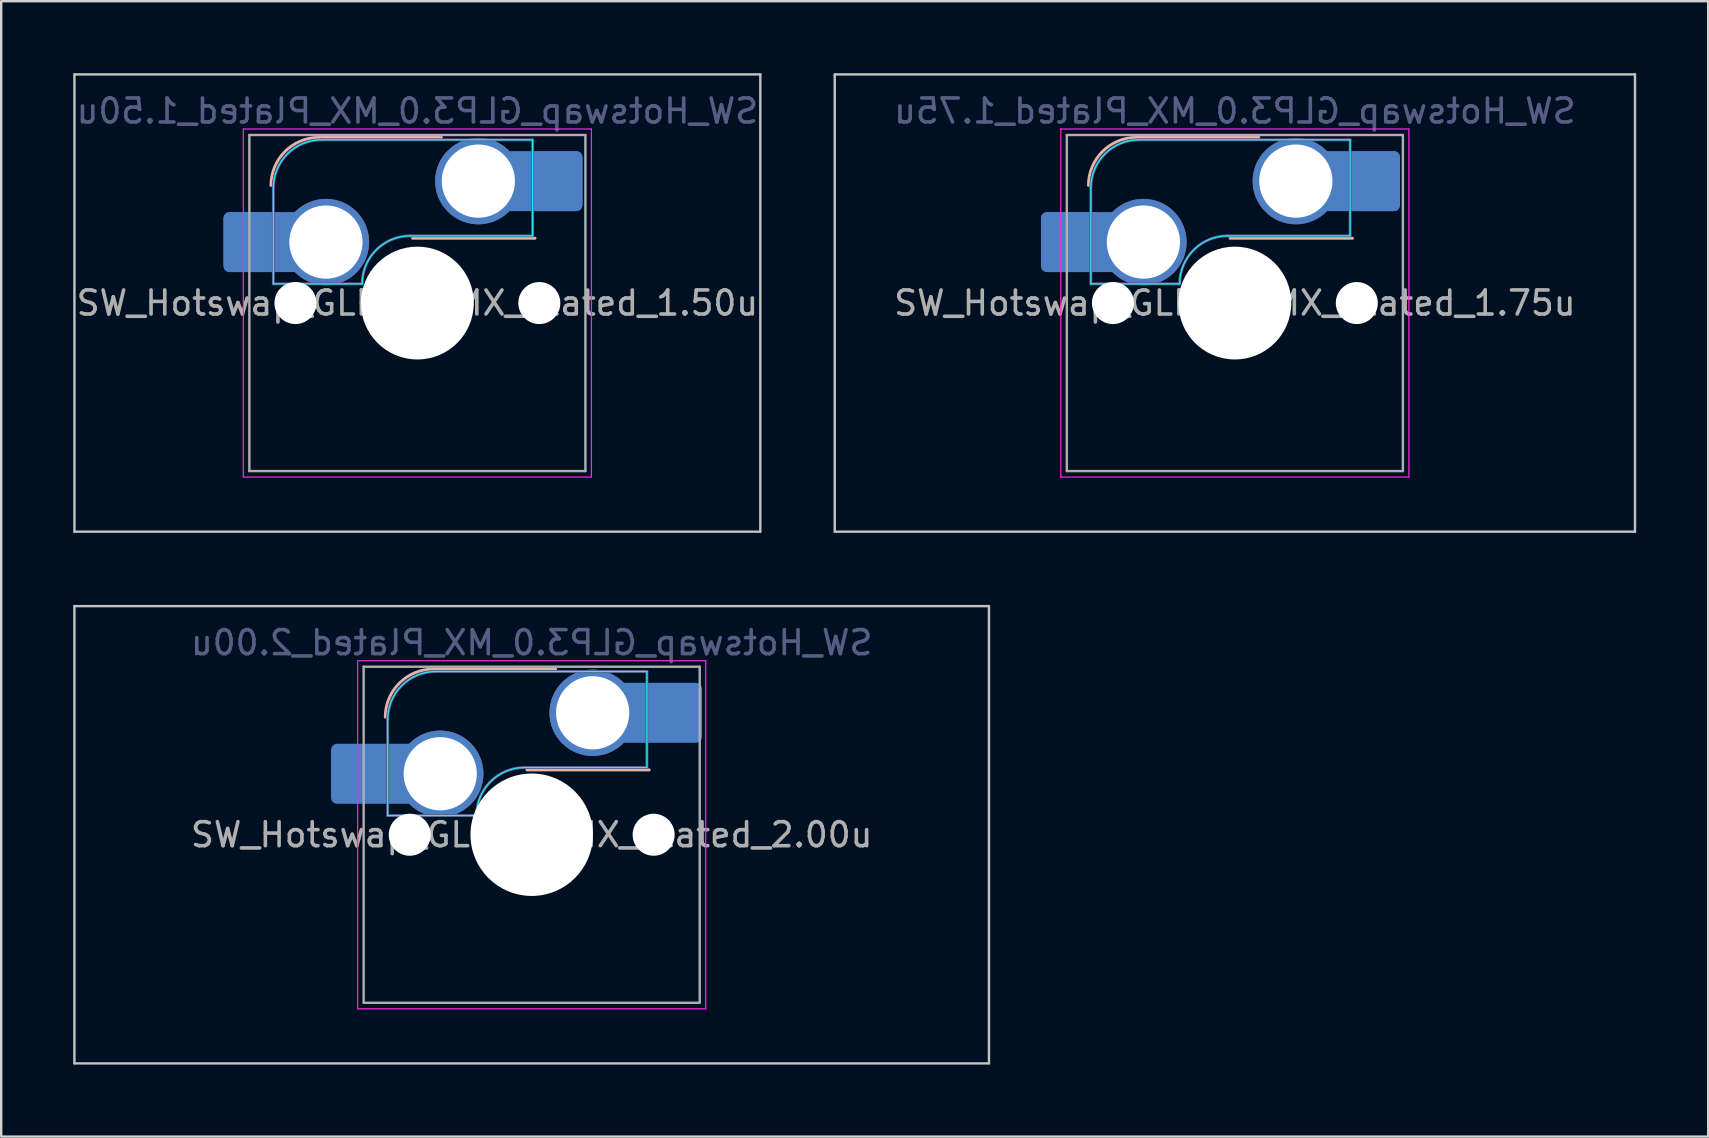
<source format=kicad_pcb>
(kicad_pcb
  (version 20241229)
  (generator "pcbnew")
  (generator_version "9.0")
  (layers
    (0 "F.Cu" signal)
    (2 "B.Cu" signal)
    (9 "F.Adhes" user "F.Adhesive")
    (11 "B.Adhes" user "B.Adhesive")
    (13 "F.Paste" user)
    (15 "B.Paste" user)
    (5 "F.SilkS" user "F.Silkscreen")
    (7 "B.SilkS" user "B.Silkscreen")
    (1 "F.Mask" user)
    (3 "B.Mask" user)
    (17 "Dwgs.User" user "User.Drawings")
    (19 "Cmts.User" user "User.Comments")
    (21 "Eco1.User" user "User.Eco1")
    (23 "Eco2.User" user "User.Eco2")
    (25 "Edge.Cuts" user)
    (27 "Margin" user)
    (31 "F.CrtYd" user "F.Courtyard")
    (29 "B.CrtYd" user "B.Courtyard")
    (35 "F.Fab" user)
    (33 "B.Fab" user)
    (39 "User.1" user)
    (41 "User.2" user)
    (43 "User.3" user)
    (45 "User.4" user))
  (footprint "SW_Hotswap_GLP3.0_MX_Plated_1.75u"
    (layer "F.Cu")
    (at 48.394 9.575)
    (property "Reference" "SW_Hotswap_GLP3.0_MX_Plated_1.75u" (at 0 -8 0) (layer "B.Fab") (effects (font (size 1 1) (thickness 0.15)) (justify mirror)))
    (attr smd)
    (fp_line (start -4.1 -6.9) (end 1 -6.9) (stroke (width 0.12) (type solid)) (layer "B.SilkS"))
    (fp_line (start -0.2 -2.7) (end 4.9 -2.7) (stroke (width 0.12) (type solid)) (layer "B.SilkS"))
    (fp_arc (start -6.1 -4.9) (mid -5.514214 -6.314214) (end -4.1 -6.9) (stroke (width 0.12) (type solid)) (layer "B.SilkS"))
    (fp_line (start -16.669 -9.525) (end -16.669 9.525) (stroke (width 0.1) (type solid)) (layer "Dwgs.User"))
    (fp_line (start -16.669 9.525) (end 16.669 9.525) (stroke (width 0.1) (type solid)) (layer "Dwgs.User"))
    (fp_line (start 16.669 -9.525) (end -16.669 -9.525) (stroke (width 0.1) (type solid)) (layer "Dwgs.User"))
    (fp_line (start 16.669 9.525) (end 16.669 -9.525) (stroke (width 0.1) (type solid)) (layer "Dwgs.User"))
    (fp_line (start -7.8 -6) (end -7 -6) (stroke (width 0.1) (type solid)) (layer "Eco1.User"))
    (fp_line (start -7.8 -2.9) (end -7.8 -6) (stroke (width 0.1) (type solid)) (layer "Eco1.User"))
    (fp_line (start -7.8 2.9) (end -7 2.9) (stroke (width 0.1) (type solid)) (layer "Eco1.User"))
    (fp_line (start -7.8 6) (end -7.8 2.9) (stroke (width 0.1) (type solid)) (layer "Eco1.User"))
    (fp_line (start -7 -7) (end 7 -7) (stroke (width 0.1) (type solid)) (layer "Eco1.User"))
    (fp_line (start -7 -6) (end -7 -7) (stroke (width 0.1) (type solid)) (layer "Eco1.User"))
    (fp_line (start -7 -2.9) (end -7.8 -2.9) (stroke (width 0.1) (type solid)) (layer "Eco1.User"))
    (fp_line (start -7 2.9) (end -7 -2.9) (stroke (width 0.1) (type solid)) (layer "Eco1.User"))
    (fp_line (start -7 6) (end -7.8 6) (stroke (width 0.1) (type solid)) (layer "Eco1.User"))
    (fp_line (start -7 7) (end -7 6) (stroke (width 0.1) (type solid)) (layer "Eco1.User"))
    (fp_line (start 7 -7) (end 7 -6) (stroke (width 0.1) (type solid)) (layer "Eco1.User"))
    (fp_line (start 7 -6) (end 7.8 -6) (stroke (width 0.1) (type solid)) (layer "Eco1.User"))
    (fp_line (start 7 -2.9) (end 7 2.9) (stroke (width 0.1) (type solid)) (layer "Eco1.User"))
    (fp_line (start 7 2.9) (end 7.8 2.9) (stroke (width 0.1) (type solid)) (layer "Eco1.User"))
    (fp_line (start 7 6) (end 7 7) (stroke (width 0.1) (type solid)) (layer "Eco1.User"))
    (fp_line (start 7 7) (end -7 7) (stroke (width 0.1) (type solid)) (layer "Eco1.User"))
    (fp_line (start 7.8 -6) (end 7.8 -2.9) (stroke (width 0.1) (type solid)) (layer "Eco1.User"))
    (fp_line (start 7.8 -2.9) (end 7 -2.9) (stroke (width 0.1) (type solid)) (layer "Eco1.User"))
    (fp_line (start 7.8 2.9) (end 7.8 6) (stroke (width 0.1) (type solid)) (layer "Eco1.User"))
    (fp_line (start 7.8 6) (end 7 6) (stroke (width 0.1) (type solid)) (layer "Eco1.User"))
    (fp_line (start -6 -0.8) (end -6 -4.8) (stroke (width 0.05) (type solid)) (layer "B.CrtYd"))
    (fp_line (start -6 -0.8) (end -2.3 -0.8) (stroke (width 0.05) (type solid)) (layer "B.CrtYd"))
    (fp_line (start -4 -6.8) (end 4.8 -6.8) (stroke (width 0.05) (type solid)) (layer "B.CrtYd"))
    (fp_line (start -0.3 -2.8) (end 4.8 -2.8) (stroke (width 0.05) (type solid)) (layer "B.CrtYd"))
    (fp_line (start 4.8 -6.8) (end 4.8 -2.8) (stroke (width 0.05) (type solid)) (layer "B.CrtYd"))
    (fp_arc (start -6 -4.8) (mid -5.414214 -6.214214) (end -4 -6.8) (stroke (width 0.05) (type solid)) (layer "B.CrtYd"))
    (fp_arc (start -2.3 -0.8) (mid -1.714214 -2.214214) (end -0.3 -2.8) (stroke (width 0.05) (type solid)) (layer "B.CrtYd"))
    (fp_line (start -7.25 -7.25) (end -7.25 7.25) (stroke (width 0.05) (type solid)) (layer "F.CrtYd"))
    (fp_line (start -7.25 7.25) (end 7.25 7.25) (stroke (width 0.05) (type solid)) (layer "F.CrtYd"))
    (fp_line (start 7.25 -7.25) (end -7.25 -7.25) (stroke (width 0.05) (type solid)) (layer "F.CrtYd"))
    (fp_line (start 7.25 7.25) (end 7.25 -7.25) (stroke (width 0.05) (type solid)) (layer "F.CrtYd"))
    (fp_line (start -6 -0.8) (end -6 -4.8) (stroke (width 0.12) (type solid)) (layer "B.Fab"))
    (fp_line (start -6 -0.8) (end -2.3 -0.8) (stroke (width 0.12) (type solid)) (layer "B.Fab"))
    (fp_line (start -4 -6.8) (end 4.8 -6.8) (stroke (width 0.12) (type solid)) (layer "B.Fab"))
    (fp_line (start -0.3 -2.8) (end 4.8 -2.8) (stroke (width 0.12) (type solid)) (layer "B.Fab"))
    (fp_line (start 4.8 -6.8) (end 4.8 -2.8) (stroke (width 0.12) (type solid)) (layer "B.Fab"))
    (fp_arc (start -6 -4.8) (mid -5.414214 -6.214214) (end -4 -6.8) (stroke (width 0.12) (type solid)) (layer "B.Fab"))
    (fp_arc (start -2.3 -0.8) (mid -1.714214 -2.214214) (end -0.3 -2.8) (stroke (width 0.12) (type solid)) (layer "B.Fab"))
    (fp_line (start -7 -7) (end -7 7) (stroke (width 0.1) (type solid)) (layer "F.Fab"))
    (fp_line (start -7 7) (end 7 7) (stroke (width 0.1) (type solid)) (layer "F.Fab"))
    (fp_line (start 7 -7) (end -7 -7) (stroke (width 0.1) (type solid)) (layer "F.Fab"))
    (fp_line (start 7 7) (end 7 -7) (stroke (width 0.1) (type solid)) (layer "F.Fab"))
    (fp_text user "${REFERENCE}" (at 0 0 0) (layer "F.Fab") (effects (font (size 1 1) (thickness 0.15))))
    (pad "" np_thru_hole circle (at -5.08 0) (size 1.75 1.75) (drill 1.75) (layers "*.Cu" "*.Mask"))
    (pad "" np_thru_hole circle (at 0 0) (size 4.7 4.7) (drill 4.7) (layers "*.Cu" "*.Mask"))
    (pad "" np_thru_hole circle (at 5.08 0) (size 1.75 1.75) (drill 1.75) (layers "*.Cu" "*.Mask"))
    (pad "1" smd roundrect (at -6.997 -2.54 180) (size 2.159 2.5) (layers "B.Cu" "B.Mask" "B.Paste") (roundrect_rratio 0.116))
    (pad "1" smd roundrect (at -6.301 -2.54) (size 3.55 2.5) (layers "B.Cu") (roundrect_rratio 0.1))
    (pad "1" thru_hole circle (at -3.81 -2.54) (size 3.6 3.6) (drill 3.05) (layers "*.Cu" "*.Mask"))
    (pad "2" thru_hole circle (at 2.54 -5.08) (size 3.6 3.6) (drill 3.05) (layers "*.Cu" "*.Mask"))
    (pad "2" smd roundrect (at 5.1 -5.08) (size 3.55 2.5) (layers "B.Cu") (roundrect_rratio 0.1))
    (pad "2" smd roundrect (at 5.796 -5.08 180) (size 2.159 2.5) (layers "B.Cu" "B.Mask" "B.Paste") (roundrect_rratio 0.116)))
  (footprint "SW_Hotswap_GLP3.0_MX_Plated_1.50u"
    (layer "F.Cu")
    (at 14.338 9.575)
    (property "Reference" "SW_Hotswap_GLP3.0_MX_Plated_1.50u" (at 0 -8 0) (layer "B.Fab") (effects (font (size 1 1) (thickness 0.15)) (justify mirror)))
    (attr smd)
    (fp_line (start -4.1 -6.9) (end 1 -6.9) (stroke (width 0.12) (type solid)) (layer "B.SilkS"))
    (fp_line (start -0.2 -2.7) (end 4.9 -2.7) (stroke (width 0.12) (type solid)) (layer "B.SilkS"))
    (fp_arc (start -6.1 -4.9) (mid -5.514214 -6.314214) (end -4.1 -6.9) (stroke (width 0.12) (type solid)) (layer "B.SilkS"))
    (fp_line (start -14.287 -9.525) (end -14.287 9.525) (stroke (width 0.1) (type solid)) (layer "Dwgs.User"))
    (fp_line (start -14.287 9.525) (end 14.287 9.525) (stroke (width 0.1) (type solid)) (layer "Dwgs.User"))
    (fp_line (start 14.287 -9.525) (end -14.287 -9.525) (stroke (width 0.1) (type solid)) (layer "Dwgs.User"))
    (fp_line (start 14.287 9.525) (end 14.287 -9.525) (stroke (width 0.1) (type solid)) (layer "Dwgs.User"))
    (fp_line (start -7.8 -6) (end -7 -6) (stroke (width 0.1) (type solid)) (layer "Eco1.User"))
    (fp_line (start -7.8 -2.9) (end -7.8 -6) (stroke (width 0.1) (type solid)) (layer "Eco1.User"))
    (fp_line (start -7.8 2.9) (end -7 2.9) (stroke (width 0.1) (type solid)) (layer "Eco1.User"))
    (fp_line (start -7.8 6) (end -7.8 2.9) (stroke (width 0.1) (type solid)) (layer "Eco1.User"))
    (fp_line (start -7 -7) (end 7 -7) (stroke (width 0.1) (type solid)) (layer "Eco1.User"))
    (fp_line (start -7 -6) (end -7 -7) (stroke (width 0.1) (type solid)) (layer "Eco1.User"))
    (fp_line (start -7 -2.9) (end -7.8 -2.9) (stroke (width 0.1) (type solid)) (layer "Eco1.User"))
    (fp_line (start -7 2.9) (end -7 -2.9) (stroke (width 0.1) (type solid)) (layer "Eco1.User"))
    (fp_line (start -7 6) (end -7.8 6) (stroke (width 0.1) (type solid)) (layer "Eco1.User"))
    (fp_line (start -7 7) (end -7 6) (stroke (width 0.1) (type solid)) (layer "Eco1.User"))
    (fp_line (start 7 -7) (end 7 -6) (stroke (width 0.1) (type solid)) (layer "Eco1.User"))
    (fp_line (start 7 -6) (end 7.8 -6) (stroke (width 0.1) (type solid)) (layer "Eco1.User"))
    (fp_line (start 7 -2.9) (end 7 2.9) (stroke (width 0.1) (type solid)) (layer "Eco1.User"))
    (fp_line (start 7 2.9) (end 7.8 2.9) (stroke (width 0.1) (type solid)) (layer "Eco1.User"))
    (fp_line (start 7 6) (end 7 7) (stroke (width 0.1) (type solid)) (layer "Eco1.User"))
    (fp_line (start 7 7) (end -7 7) (stroke (width 0.1) (type solid)) (layer "Eco1.User"))
    (fp_line (start 7.8 -6) (end 7.8 -2.9) (stroke (width 0.1) (type solid)) (layer "Eco1.User"))
    (fp_line (start 7.8 -2.9) (end 7 -2.9) (stroke (width 0.1) (type solid)) (layer "Eco1.User"))
    (fp_line (start 7.8 2.9) (end 7.8 6) (stroke (width 0.1) (type solid)) (layer "Eco1.User"))
    (fp_line (start 7.8 6) (end 7 6) (stroke (width 0.1) (type solid)) (layer "Eco1.User"))
    (fp_line (start -6 -0.8) (end -6 -4.8) (stroke (width 0.05) (type solid)) (layer "B.CrtYd"))
    (fp_line (start -6 -0.8) (end -2.3 -0.8) (stroke (width 0.05) (type solid)) (layer "B.CrtYd"))
    (fp_line (start -4 -6.8) (end 4.8 -6.8) (stroke (width 0.05) (type solid)) (layer "B.CrtYd"))
    (fp_line (start -0.3 -2.8) (end 4.8 -2.8) (stroke (width 0.05) (type solid)) (layer "B.CrtYd"))
    (fp_line (start 4.8 -6.8) (end 4.8 -2.8) (stroke (width 0.05) (type solid)) (layer "B.CrtYd"))
    (fp_arc (start -6 -4.8) (mid -5.414214 -6.214214) (end -4 -6.8) (stroke (width 0.05) (type solid)) (layer "B.CrtYd"))
    (fp_arc (start -2.3 -0.8) (mid -1.714214 -2.214214) (end -0.3 -2.8) (stroke (width 0.05) (type solid)) (layer "B.CrtYd"))
    (fp_line (start -7.25 -7.25) (end -7.25 7.25) (stroke (width 0.05) (type solid)) (layer "F.CrtYd"))
    (fp_line (start -7.25 7.25) (end 7.25 7.25) (stroke (width 0.05) (type solid)) (layer "F.CrtYd"))
    (fp_line (start 7.25 -7.25) (end -7.25 -7.25) (stroke (width 0.05) (type solid)) (layer "F.CrtYd"))
    (fp_line (start 7.25 7.25) (end 7.25 -7.25) (stroke (width 0.05) (type solid)) (layer "F.CrtYd"))
    (fp_line (start -6 -0.8) (end -6 -4.8) (stroke (width 0.12) (type solid)) (layer "B.Fab"))
    (fp_line (start -6 -0.8) (end -2.3 -0.8) (stroke (width 0.12) (type solid)) (layer "B.Fab"))
    (fp_line (start -4 -6.8) (end 4.8 -6.8) (stroke (width 0.12) (type solid)) (layer "B.Fab"))
    (fp_line (start -0.3 -2.8) (end 4.8 -2.8) (stroke (width 0.12) (type solid)) (layer "B.Fab"))
    (fp_line (start 4.8 -6.8) (end 4.8 -2.8) (stroke (width 0.12) (type solid)) (layer "B.Fab"))
    (fp_arc (start -6 -4.8) (mid -5.414214 -6.214214) (end -4 -6.8) (stroke (width 0.12) (type solid)) (layer "B.Fab"))
    (fp_arc (start -2.3 -0.8) (mid -1.714214 -2.214214) (end -0.3 -2.8) (stroke (width 0.12) (type solid)) (layer "B.Fab"))
    (fp_line (start -7 -7) (end -7 7) (stroke (width 0.1) (type solid)) (layer "F.Fab"))
    (fp_line (start -7 7) (end 7 7) (stroke (width 0.1) (type solid)) (layer "F.Fab"))
    (fp_line (start 7 -7) (end -7 -7) (stroke (width 0.1) (type solid)) (layer "F.Fab"))
    (fp_line (start 7 7) (end 7 -7) (stroke (width 0.1) (type solid)) (layer "F.Fab"))
    (fp_text user "${REFERENCE}" (at 0 0 0) (layer "F.Fab") (effects (font (size 1 1) (thickness 0.15))))
    (pad "" np_thru_hole circle (at -5.08 0) (size 1.75 1.75) (drill 1.75) (layers "*.Cu" "*.Mask"))
    (pad "" np_thru_hole circle (at 0 0) (size 4.7 4.7) (drill 4.7) (layers "*.Cu" "*.Mask"))
    (pad "" np_thru_hole circle (at 5.08 0) (size 1.75 1.75) (drill 1.75) (layers "*.Cu" "*.Mask"))
    (pad "1" smd roundrect (at -6.997 -2.54 180) (size 2.159 2.5) (layers "B.Cu" "B.Mask" "B.Paste") (roundrect_rratio 0.116))
    (pad "1" smd roundrect (at -6.301 -2.54) (size 3.55 2.5) (layers "B.Cu") (roundrect_rratio 0.1))
    (pad "1" thru_hole circle (at -3.81 -2.54) (size 3.6 3.6) (drill 3.05) (layers "*.Cu" "*.Mask"))
    (pad "2" thru_hole circle (at 2.54 -5.08) (size 3.6 3.6) (drill 3.05) (layers "*.Cu" "*.Mask"))
    (pad "2" smd roundrect (at 5.1 -5.08) (size 3.55 2.5) (layers "B.Cu") (roundrect_rratio 0.1))
    (pad "2" smd roundrect (at 5.796 -5.08 180) (size 2.159 2.5) (layers "B.Cu" "B.Mask" "B.Paste") (roundrect_rratio 0.116)))
  (footprint "SW_Hotswap_GLP3.0_MX_Plated_2.00u"
    (layer "F.Cu")
    (at 19.1 31.725)
    (property "Reference" "SW_Hotswap_GLP3.0_MX_Plated_2.00u" (at 0 -8 0) (layer "B.Fab") (effects (font (size 1 1) (thickness 0.15)) (justify mirror)))
    (attr smd)
    (fp_line (start -4.1 -6.9) (end 1 -6.9) (stroke (width 0.12) (type solid)) (layer "B.SilkS"))
    (fp_line (start -0.2 -2.7) (end 4.9 -2.7) (stroke (width 0.12) (type solid)) (layer "B.SilkS"))
    (fp_arc (start -6.1 -4.9) (mid -5.514214 -6.314214) (end -4.1 -6.9) (stroke (width 0.12) (type solid)) (layer "B.SilkS"))
    (fp_line (start -19.05 -9.525) (end -19.05 9.525) (stroke (width 0.1) (type solid)) (layer "Dwgs.User"))
    (fp_line (start -19.05 9.525) (end 19.05 9.525) (stroke (width 0.1) (type solid)) (layer "Dwgs.User"))
    (fp_line (start 19.05 -9.525) (end -19.05 -9.525) (stroke (width 0.1) (type solid)) (layer "Dwgs.User"))
    (fp_line (start 19.05 9.525) (end 19.05 -9.525) (stroke (width 0.1) (type solid)) (layer "Dwgs.User"))
    (fp_line (start -7.8 -6) (end -7 -6) (stroke (width 0.1) (type solid)) (layer "Eco1.User"))
    (fp_line (start -7.8 -2.9) (end -7.8 -6) (stroke (width 0.1) (type solid)) (layer "Eco1.User"))
    (fp_line (start -7.8 2.9) (end -7 2.9) (stroke (width 0.1) (type solid)) (layer "Eco1.User"))
    (fp_line (start -7.8 6) (end -7.8 2.9) (stroke (width 0.1) (type solid)) (layer "Eco1.User"))
    (fp_line (start -7 -7) (end 7 -7) (stroke (width 0.1) (type solid)) (layer "Eco1.User"))
    (fp_line (start -7 -6) (end -7 -7) (stroke (width 0.1) (type solid)) (layer "Eco1.User"))
    (fp_line (start -7 -2.9) (end -7.8 -2.9) (stroke (width 0.1) (type solid)) (layer "Eco1.User"))
    (fp_line (start -7 2.9) (end -7 -2.9) (stroke (width 0.1) (type solid)) (layer "Eco1.User"))
    (fp_line (start -7 6) (end -7.8 6) (stroke (width 0.1) (type solid)) (layer "Eco1.User"))
    (fp_line (start -7 7) (end -7 6) (stroke (width 0.1) (type solid)) (layer "Eco1.User"))
    (fp_line (start 7 -7) (end 7 -6) (stroke (width 0.1) (type solid)) (layer "Eco1.User"))
    (fp_line (start 7 -6) (end 7.8 -6) (stroke (width 0.1) (type solid)) (layer "Eco1.User"))
    (fp_line (start 7 -2.9) (end 7 2.9) (stroke (width 0.1) (type solid)) (layer "Eco1.User"))
    (fp_line (start 7 2.9) (end 7.8 2.9) (stroke (width 0.1) (type solid)) (layer "Eco1.User"))
    (fp_line (start 7 6) (end 7 7) (stroke (width 0.1) (type solid)) (layer "Eco1.User"))
    (fp_line (start 7 7) (end -7 7) (stroke (width 0.1) (type solid)) (layer "Eco1.User"))
    (fp_line (start 7.8 -6) (end 7.8 -2.9) (stroke (width 0.1) (type solid)) (layer "Eco1.User"))
    (fp_line (start 7.8 -2.9) (end 7 -2.9) (stroke (width 0.1) (type solid)) (layer "Eco1.User"))
    (fp_line (start 7.8 2.9) (end 7.8 6) (stroke (width 0.1) (type solid)) (layer "Eco1.User"))
    (fp_line (start 7.8 6) (end 7 6) (stroke (width 0.1) (type solid)) (layer "Eco1.User"))
    (fp_line (start -6 -0.8) (end -6 -4.8) (stroke (width 0.05) (type solid)) (layer "B.CrtYd"))
    (fp_line (start -6 -0.8) (end -2.3 -0.8) (stroke (width 0.05) (type solid)) (layer "B.CrtYd"))
    (fp_line (start -4 -6.8) (end 4.8 -6.8) (stroke (width 0.05) (type solid)) (layer "B.CrtYd"))
    (fp_line (start -0.3 -2.8) (end 4.8 -2.8) (stroke (width 0.05) (type solid)) (layer "B.CrtYd"))
    (fp_line (start 4.8 -6.8) (end 4.8 -2.8) (stroke (width 0.05) (type solid)) (layer "B.CrtYd"))
    (fp_arc (start -6 -4.8) (mid -5.414214 -6.214214) (end -4 -6.8) (stroke (width 0.05) (type solid)) (layer "B.CrtYd"))
    (fp_arc (start -2.3 -0.8) (mid -1.714214 -2.214214) (end -0.3 -2.8) (stroke (width 0.05) (type solid)) (layer "B.CrtYd"))
    (fp_line (start -7.25 -7.25) (end -7.25 7.25) (stroke (width 0.05) (type solid)) (layer "F.CrtYd"))
    (fp_line (start -7.25 7.25) (end 7.25 7.25) (stroke (width 0.05) (type solid)) (layer "F.CrtYd"))
    (fp_line (start 7.25 -7.25) (end -7.25 -7.25) (stroke (width 0.05) (type solid)) (layer "F.CrtYd"))
    (fp_line (start 7.25 7.25) (end 7.25 -7.25) (stroke (width 0.05) (type solid)) (layer "F.CrtYd"))
    (fp_line (start -6 -0.8) (end -6 -4.8) (stroke (width 0.12) (type solid)) (layer "B.Fab"))
    (fp_line (start -6 -0.8) (end -2.3 -0.8) (stroke (width 0.12) (type solid)) (layer "B.Fab"))
    (fp_line (start -4 -6.8) (end 4.8 -6.8) (stroke (width 0.12) (type solid)) (layer "B.Fab"))
    (fp_line (start -0.3 -2.8) (end 4.8 -2.8) (stroke (width 0.12) (type solid)) (layer "B.Fab"))
    (fp_line (start 4.8 -6.8) (end 4.8 -2.8) (stroke (width 0.12) (type solid)) (layer "B.Fab"))
    (fp_arc (start -6 -4.8) (mid -5.414214 -6.214214) (end -4 -6.8) (stroke (width 0.12) (type solid)) (layer "B.Fab"))
    (fp_arc (start -2.3 -0.8) (mid -1.714214 -2.214214) (end -0.3 -2.8) (stroke (width 0.12) (type solid)) (layer "B.Fab"))
    (fp_line (start -7 -7) (end -7 7) (stroke (width 0.1) (type solid)) (layer "F.Fab"))
    (fp_line (start -7 7) (end 7 7) (stroke (width 0.1) (type solid)) (layer "F.Fab"))
    (fp_line (start 7 -7) (end -7 -7) (stroke (width 0.1) (type solid)) (layer "F.Fab"))
    (fp_line (start 7 7) (end 7 -7) (stroke (width 0.1) (type solid)) (layer "F.Fab"))
    (fp_text user "${REFERENCE}" (at 0 0 0) (layer "F.Fab") (effects (font (size 1 1) (thickness 0.15))))
    (pad "" smd roundrect (at -7.085 -2.54) (size 2.55 2.5) (layers "B.Mask" "B.Paste") (roundrect_rratio 0.1))
    (pad "" np_thru_hole circle (at -5.08 0) (size 1.75 1.75) (drill 1.75) (layers "*.Cu" "*.Mask"))
    (pad "" np_thru_hole circle (at 0 0) (size 5.1 5.1) (drill 5.1) (layers "*.Cu" "*.Mask"))
    (pad "" np_thru_hole circle (at 5.08 0) (size 1.75 1.75) (drill 1.75) (layers "*.Cu" "*.Mask"))
    (pad "" smd roundrect (at 5.842 -5.08) (size 2.55 2.5) (layers "B.Mask" "B.Paste") (roundrect_rratio 0.1))
    (pad "1" smd roundrect (at -6.585 -2.54) (size 3.55 2.5) (layers "B.Cu") (roundrect_rratio 0.1))
    (pad "1" thru_hole circle (at -3.81 -2.54) (size 3.6 3.6) (drill 3.05) (layers "*.Cu" "*.Mask"))
    (pad "2" thru_hole circle (at 2.54 -5.08) (size 3.6 3.6) (drill 3.05) (layers "*.Cu" "*.Mask"))
    (pad "2" smd roundrect (at 5.32 -5.08) (size 3.55 2.5) (layers "B.Cu") (roundrect_rratio 0.1)))
  (gr_rect
    (start -3 -3)
    (end 68.112 44.3)
    (stroke (width 0.1) (type default))
    (fill no)
    (layer "Edge.Cuts")))
</source>
